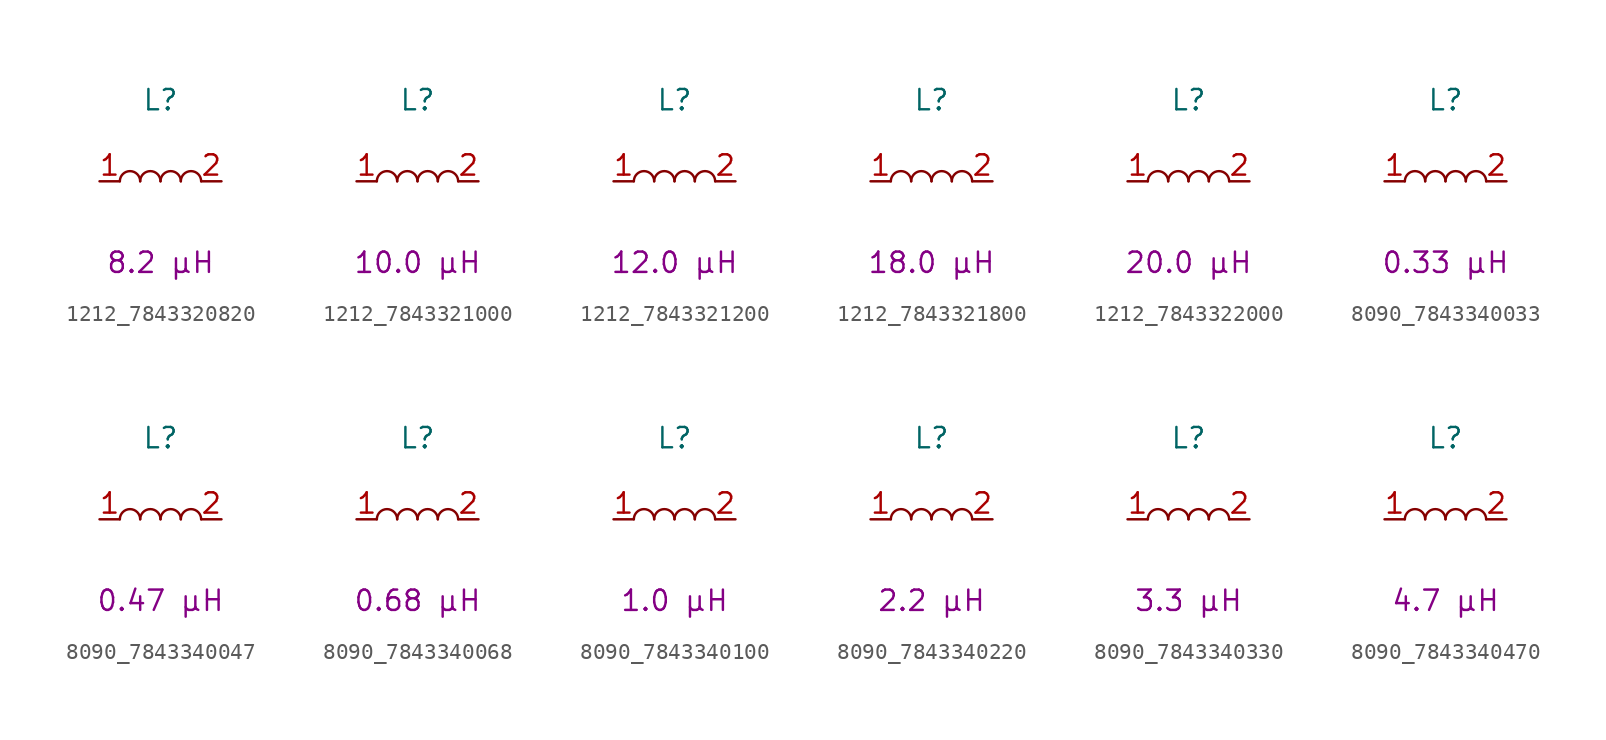
<source format=kicad_sym>
(kicad_symbol_lib
  (version 20220914)
  (generator kicad_symbol_editor)
  (symbol "1212_7843320820"
    (pin_names hide)
    (property "Reference" "L"
      (at 0 5.08 0)
      (effects (font (size 1.27 1.27))))
    (property "Critical Parameter" "8.2 µH"
      (at 0 -5.08 0)
      (effects (font (size 1.27 1.27))))
    (symbol "1212_7843320820_0_1"
      (arc (start -1.27 0) (mid -1.905 0.6323) (end -2.54 0) (stroke (width 0) (type default)) (fill (type none)))
      (arc (start 0 0) (mid -0.635 0.6323) (end -1.27 0) (stroke (width 0) (type default)) (fill (type none)))
      (arc (start 1.27 0) (mid 0.635 0.6323) (end 0 0) (stroke (width 0) (type default)) (fill (type none)))
      (arc (start 2.54 0) (mid 1.905 0.6323) (end 1.27 0) (stroke (width 0) (type default)) (fill (type none))))
    (symbol "1212_7843320820_1_1"
      (pin passive line (at -3.81 0 0) (length 1.27) (name "1" (effects (font (size 1.27 1.27)))) (number "1" (effects (font (size 1.27 1.27)))))
      (pin passive line (at 3.81 0 180) (length 1.27) (name "2" (effects (font (size 1.27 1.27)))) (number "2" (effects (font (size 1.27 1.27)))))))
  (symbol "1212_7843321000"
    (pin_names hide)
    (property "Reference" "L"
      (at 0 5.08 0)
      (effects (font (size 1.27 1.27))))
    (property "Critical Parameter" "10.0 µH"
      (at 0 -5.08 0)
      (effects (font (size 1.27 1.27))))
    (symbol "1212_7843321000_0_1"
      (arc (start -1.27 0) (mid -1.905 0.6323) (end -2.54 0) (stroke (width 0) (type default)) (fill (type none)))
      (arc (start 0 0) (mid -0.635 0.6323) (end -1.27 0) (stroke (width 0) (type default)) (fill (type none)))
      (arc (start 1.27 0) (mid 0.635 0.6323) (end 0 0) (stroke (width 0) (type default)) (fill (type none)))
      (arc (start 2.54 0) (mid 1.905 0.6323) (end 1.27 0) (stroke (width 0) (type default)) (fill (type none))))
    (symbol "1212_7843321000_1_1"
      (pin passive line (at -3.81 0 0) (length 1.27) (name "1" (effects (font (size 1.27 1.27)))) (number "1" (effects (font (size 1.27 1.27)))))
      (pin passive line (at 3.81 0 180) (length 1.27) (name "2" (effects (font (size 1.27 1.27)))) (number "2" (effects (font (size 1.27 1.27)))))))
  (symbol "1212_7843321200"
    (pin_names hide)
    (property "Reference" "L"
      (at 0 5.08 0)
      (effects (font (size 1.27 1.27))))
    (property "Critical Parameter" "12.0 µH"
      (at 0 -5.08 0)
      (effects (font (size 1.27 1.27))))
    (symbol "1212_7843321200_0_1"
      (arc (start -1.27 0) (mid -1.905 0.6323) (end -2.54 0) (stroke (width 0) (type default)) (fill (type none)))
      (arc (start 0 0) (mid -0.635 0.6323) (end -1.27 0) (stroke (width 0) (type default)) (fill (type none)))
      (arc (start 1.27 0) (mid 0.635 0.6323) (end 0 0) (stroke (width 0) (type default)) (fill (type none)))
      (arc (start 2.54 0) (mid 1.905 0.6323) (end 1.27 0) (stroke (width 0) (type default)) (fill (type none))))
    (symbol "1212_7843321200_1_1"
      (pin passive line (at -3.81 0 0) (length 1.27) (name "1" (effects (font (size 1.27 1.27)))) (number "1" (effects (font (size 1.27 1.27)))))
      (pin passive line (at 3.81 0 180) (length 1.27) (name "2" (effects (font (size 1.27 1.27)))) (number "2" (effects (font (size 1.27 1.27)))))))
  (symbol "1212_7843321800"
    (pin_names hide)
    (property "Reference" "L"
      (at 0 5.08 0)
      (effects (font (size 1.27 1.27))))
    (property "Critical Parameter" "18.0 µH"
      (at 0 -5.08 0)
      (effects (font (size 1.27 1.27))))
    (symbol "1212_7843321800_0_1"
      (arc (start -1.27 0) (mid -1.905 0.6323) (end -2.54 0) (stroke (width 0) (type default)) (fill (type none)))
      (arc (start 0 0) (mid -0.635 0.6323) (end -1.27 0) (stroke (width 0) (type default)) (fill (type none)))
      (arc (start 1.27 0) (mid 0.635 0.6323) (end 0 0) (stroke (width 0) (type default)) (fill (type none)))
      (arc (start 2.54 0) (mid 1.905 0.6323) (end 1.27 0) (stroke (width 0) (type default)) (fill (type none))))
    (symbol "1212_7843321800_1_1"
      (pin passive line (at -3.81 0 0) (length 1.27) (name "1" (effects (font (size 1.27 1.27)))) (number "1" (effects (font (size 1.27 1.27)))))
      (pin passive line (at 3.81 0 180) (length 1.27) (name "2" (effects (font (size 1.27 1.27)))) (number "2" (effects (font (size 1.27 1.27)))))))
  (symbol "1212_7843322000"
    (pin_names hide)
    (property "Reference" "L"
      (at 0 5.08 0)
      (effects (font (size 1.27 1.27))))
    (property "Critical Parameter" "20.0 µH"
      (at 0 -5.08 0)
      (effects (font (size 1.27 1.27))))
    (symbol "1212_7843322000_0_1"
      (arc (start -1.27 0) (mid -1.905 0.6323) (end -2.54 0) (stroke (width 0) (type default)) (fill (type none)))
      (arc (start 0 0) (mid -0.635 0.6323) (end -1.27 0) (stroke (width 0) (type default)) (fill (type none)))
      (arc (start 1.27 0) (mid 0.635 0.6323) (end 0 0) (stroke (width 0) (type default)) (fill (type none)))
      (arc (start 2.54 0) (mid 1.905 0.6323) (end 1.27 0) (stroke (width 0) (type default)) (fill (type none))))
    (symbol "1212_7843322000_1_1"
      (pin passive line (at -3.81 0 0) (length 1.27) (name "1" (effects (font (size 1.27 1.27)))) (number "1" (effects (font (size 1.27 1.27)))))
      (pin passive line (at 3.81 0 180) (length 1.27) (name "2" (effects (font (size 1.27 1.27)))) (number "2" (effects (font (size 1.27 1.27)))))))
  (symbol "8090_7843340033"
    (pin_names hide)
    (property "Reference" "L"
      (at 0 5.08 0)
      (effects (font (size 1.27 1.27))))
    (property "Critical Parameter" "0.33 µH"
      (at 0 -5.08 0)
      (effects (font (size 1.27 1.27))))
    (symbol "8090_7843340033_0_1"
      (arc (start -1.27 0) (mid -1.905 0.6323) (end -2.54 0) (stroke (width 0) (type default)) (fill (type none)))
      (arc (start 0 0) (mid -0.635 0.6323) (end -1.27 0) (stroke (width 0) (type default)) (fill (type none)))
      (arc (start 1.27 0) (mid 0.635 0.6323) (end 0 0) (stroke (width 0) (type default)) (fill (type none)))
      (arc (start 2.54 0) (mid 1.905 0.6323) (end 1.27 0) (stroke (width 0) (type default)) (fill (type none))))
    (symbol "8090_7843340033_1_1"
      (pin passive line (at -3.81 0 0) (length 1.27) (name "1" (effects (font (size 1.27 1.27)))) (number "1" (effects (font (size 1.27 1.27)))))
      (pin passive line (at 3.81 0 180) (length 1.27) (name "2" (effects (font (size 1.27 1.27)))) (number "2" (effects (font (size 1.27 1.27)))))))
  (symbol "8090_7843340047"
    (pin_names hide)
    (property "Reference" "L"
      (at 0 5.08 0)
      (effects (font (size 1.27 1.27))))
    (property "Critical Parameter" "0.47 µH"
      (at 0 -5.08 0)
      (effects (font (size 1.27 1.27))))
    (symbol "8090_7843340047_0_1"
      (arc (start -1.27 0) (mid -1.905 0.6323) (end -2.54 0) (stroke (width 0) (type default)) (fill (type none)))
      (arc (start 0 0) (mid -0.635 0.6323) (end -1.27 0) (stroke (width 0) (type default)) (fill (type none)))
      (arc (start 1.27 0) (mid 0.635 0.6323) (end 0 0) (stroke (width 0) (type default)) (fill (type none)))
      (arc (start 2.54 0) (mid 1.905 0.6323) (end 1.27 0) (stroke (width 0) (type default)) (fill (type none))))
    (symbol "8090_7843340047_1_1"
      (pin passive line (at -3.81 0 0) (length 1.27) (name "1" (effects (font (size 1.27 1.27)))) (number "1" (effects (font (size 1.27 1.27)))))
      (pin passive line (at 3.81 0 180) (length 1.27) (name "2" (effects (font (size 1.27 1.27)))) (number "2" (effects (font (size 1.27 1.27)))))))
  (symbol "8090_7843340068"
    (pin_names hide)
    (property "Reference" "L"
      (at 0 5.08 0)
      (effects (font (size 1.27 1.27))))
    (property "Critical Parameter" "0.68 µH"
      (at 0 -5.08 0)
      (effects (font (size 1.27 1.27))))
    (symbol "8090_7843340068_0_1"
      (arc (start -1.27 0) (mid -1.905 0.6323) (end -2.54 0) (stroke (width 0) (type default)) (fill (type none)))
      (arc (start 0 0) (mid -0.635 0.6323) (end -1.27 0) (stroke (width 0) (type default)) (fill (type none)))
      (arc (start 1.27 0) (mid 0.635 0.6323) (end 0 0) (stroke (width 0) (type default)) (fill (type none)))
      (arc (start 2.54 0) (mid 1.905 0.6323) (end 1.27 0) (stroke (width 0) (type default)) (fill (type none))))
    (symbol "8090_7843340068_1_1"
      (pin passive line (at -3.81 0 0) (length 1.27) (name "1" (effects (font (size 1.27 1.27)))) (number "1" (effects (font (size 1.27 1.27)))))
      (pin passive line (at 3.81 0 180) (length 1.27) (name "2" (effects (font (size 1.27 1.27)))) (number "2" (effects (font (size 1.27 1.27)))))))
  (symbol "8090_7843340100"
    (pin_names hide)
    (property "Reference" "L"
      (at 0 5.08 0)
      (effects (font (size 1.27 1.27))))
    (property "Critical Parameter" "1.0 µH"
      (at 0 -5.08 0)
      (effects (font (size 1.27 1.27))))
    (symbol "8090_7843340100_0_1"
      (arc (start -1.27 0) (mid -1.905 0.6323) (end -2.54 0) (stroke (width 0) (type default)) (fill (type none)))
      (arc (start 0 0) (mid -0.635 0.6323) (end -1.27 0) (stroke (width 0) (type default)) (fill (type none)))
      (arc (start 1.27 0) (mid 0.635 0.6323) (end 0 0) (stroke (width 0) (type default)) (fill (type none)))
      (arc (start 2.54 0) (mid 1.905 0.6323) (end 1.27 0) (stroke (width 0) (type default)) (fill (type none))))
    (symbol "8090_7843340100_1_1"
      (pin passive line (at -3.81 0 0) (length 1.27) (name "1" (effects (font (size 1.27 1.27)))) (number "1" (effects (font (size 1.27 1.27)))))
      (pin passive line (at 3.81 0 180) (length 1.27) (name "2" (effects (font (size 1.27 1.27)))) (number "2" (effects (font (size 1.27 1.27)))))))
  (symbol "8090_7843340220"
    (pin_names hide)
    (property "Reference" "L"
      (at 0 5.08 0)
      (effects (font (size 1.27 1.27))))
    (property "Critical Parameter" "2.2 µH"
      (at 0 -5.08 0)
      (effects (font (size 1.27 1.27))))
    (symbol "8090_7843340220_0_1"
      (arc (start -1.27 0) (mid -1.905 0.6323) (end -2.54 0) (stroke (width 0) (type default)) (fill (type none)))
      (arc (start 0 0) (mid -0.635 0.6323) (end -1.27 0) (stroke (width 0) (type default)) (fill (type none)))
      (arc (start 1.27 0) (mid 0.635 0.6323) (end 0 0) (stroke (width 0) (type default)) (fill (type none)))
      (arc (start 2.54 0) (mid 1.905 0.6323) (end 1.27 0) (stroke (width 0) (type default)) (fill (type none))))
    (symbol "8090_7843340220_1_1"
      (pin passive line (at -3.81 0 0) (length 1.27) (name "1" (effects (font (size 1.27 1.27)))) (number "1" (effects (font (size 1.27 1.27)))))
      (pin passive line (at 3.81 0 180) (length 1.27) (name "2" (effects (font (size 1.27 1.27)))) (number "2" (effects (font (size 1.27 1.27)))))))
  (symbol "8090_7843340330"
    (pin_names hide)
    (property "Reference" "L"
      (at 0 5.08 0)
      (effects (font (size 1.27 1.27))))
    (property "Critical Parameter" "3.3 µH"
      (at 0 -5.08 0)
      (effects (font (size 1.27 1.27))))
    (symbol "8090_7843340330_0_1"
      (arc (start -1.27 0) (mid -1.905 0.6323) (end -2.54 0) (stroke (width 0) (type default)) (fill (type none)))
      (arc (start 0 0) (mid -0.635 0.6323) (end -1.27 0) (stroke (width 0) (type default)) (fill (type none)))
      (arc (start 1.27 0) (mid 0.635 0.6323) (end 0 0) (stroke (width 0) (type default)) (fill (type none)))
      (arc (start 2.54 0) (mid 1.905 0.6323) (end 1.27 0) (stroke (width 0) (type default)) (fill (type none))))
    (symbol "8090_7843340330_1_1"
      (pin passive line (at -3.81 0 0) (length 1.27) (name "1" (effects (font (size 1.27 1.27)))) (number "1" (effects (font (size 1.27 1.27)))))
      (pin passive line (at 3.81 0 180) (length 1.27) (name "2" (effects (font (size 1.27 1.27)))) (number "2" (effects (font (size 1.27 1.27)))))))
  (symbol "8090_7843340470"
    (pin_names hide)
    (property "Reference" "L"
      (at 0 5.08 0)
      (effects (font (size 1.27 1.27))))
    (property "Critical Parameter" "4.7 µH"
      (at 0 -5.08 0)
      (effects (font (size 1.27 1.27))))
    (symbol "8090_7843340470_0_1"
      (arc (start -1.27 0) (mid -1.905 0.6323) (end -2.54 0) (stroke (width 0) (type default)) (fill (type none)))
      (arc (start 0 0) (mid -0.635 0.6323) (end -1.27 0) (stroke (width 0) (type default)) (fill (type none)))
      (arc (start 1.27 0) (mid 0.635 0.6323) (end 0 0) (stroke (width 0) (type default)) (fill (type none)))
      (arc (start 2.54 0) (mid 1.905 0.6323) (end 1.27 0) (stroke (width 0) (type default)) (fill (type none))))
    (symbol "8090_7843340470_1_1"
      (pin passive line (at -3.81 0 0) (length 1.27) (name "1" (effects (font (size 1.27 1.27)))) (number "1" (effects (font (size 1.27 1.27)))))
      (pin passive line (at 3.81 0 180) (length 1.27) (name "2" (effects (font (size 1.27 1.27)))) (number "2" (effects (font (size 1.27 1.27))))))))
</source>
